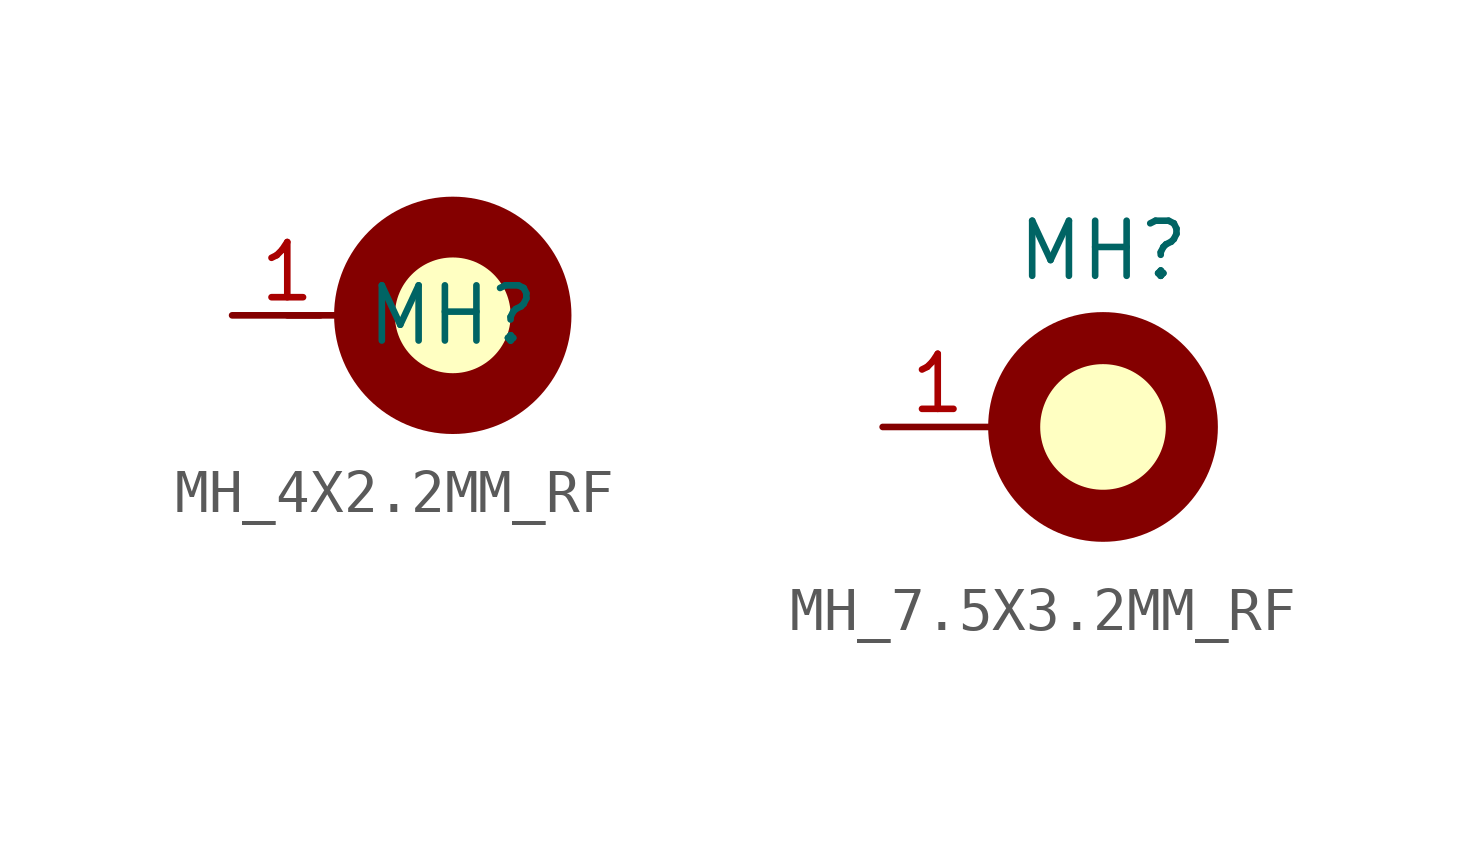
<source format=kicad_sym>
(kicad_symbol_lib
  (version 20231120)
  (generator "kicad_symbol_editor")
  (generator_version "8.0")
  (symbol "MH_4X2.2MM_RF"
    (property "Reference" "MH"
      (at 0 0 0)
      (effects (font (size 1.27 1.27))))
    (property "Value" ""
      (at 0 0 0)
      (effects (font (size 1.27 1.27))))
    (symbol "MH_4X2.2MM_RF_0_1"
      (polyline (pts (xy -3.81 0) (xy -3.048 0)) (stroke (width 0) (type default)) (fill (type none)))
      (circle (center 0 0) (radius 2.032) (stroke (width 1.4) (type default)) (fill (type background))))
    (symbol "MH_4X2.2MM_RF_1_1"
      (pin passive line (at -5.08 0 0) (length 2.54) (name "" (effects (font (size 1.27 1.27)))) (number "1" (effects (font (size 1.27 1.27)))))))
  (symbol "MH_7.5X3.2MM_RF"
    (property "Reference" "MH"
      (at 0 4.064 0)
      (effects (font (size 1.27 1.27))))
    (property "Value" ""
      (at 0 0 0)
      (effects (font (size 1.27 1.27))))
    (symbol "MH_7.5X3.2MM_RF_0_1"
      (circle (center 0 0) (radius 2.048) (stroke (width 1.2) (type default)) (fill (type background))))
    (symbol "MH_7.5X3.2MM_RF_1_1"
      (pin input line (at -5.08 0 0) (length 2.54) (name "" (effects (font (size 1.27 1.27)))) (number "1" (effects (font (size 1.27 1.27))))))))
</source>
